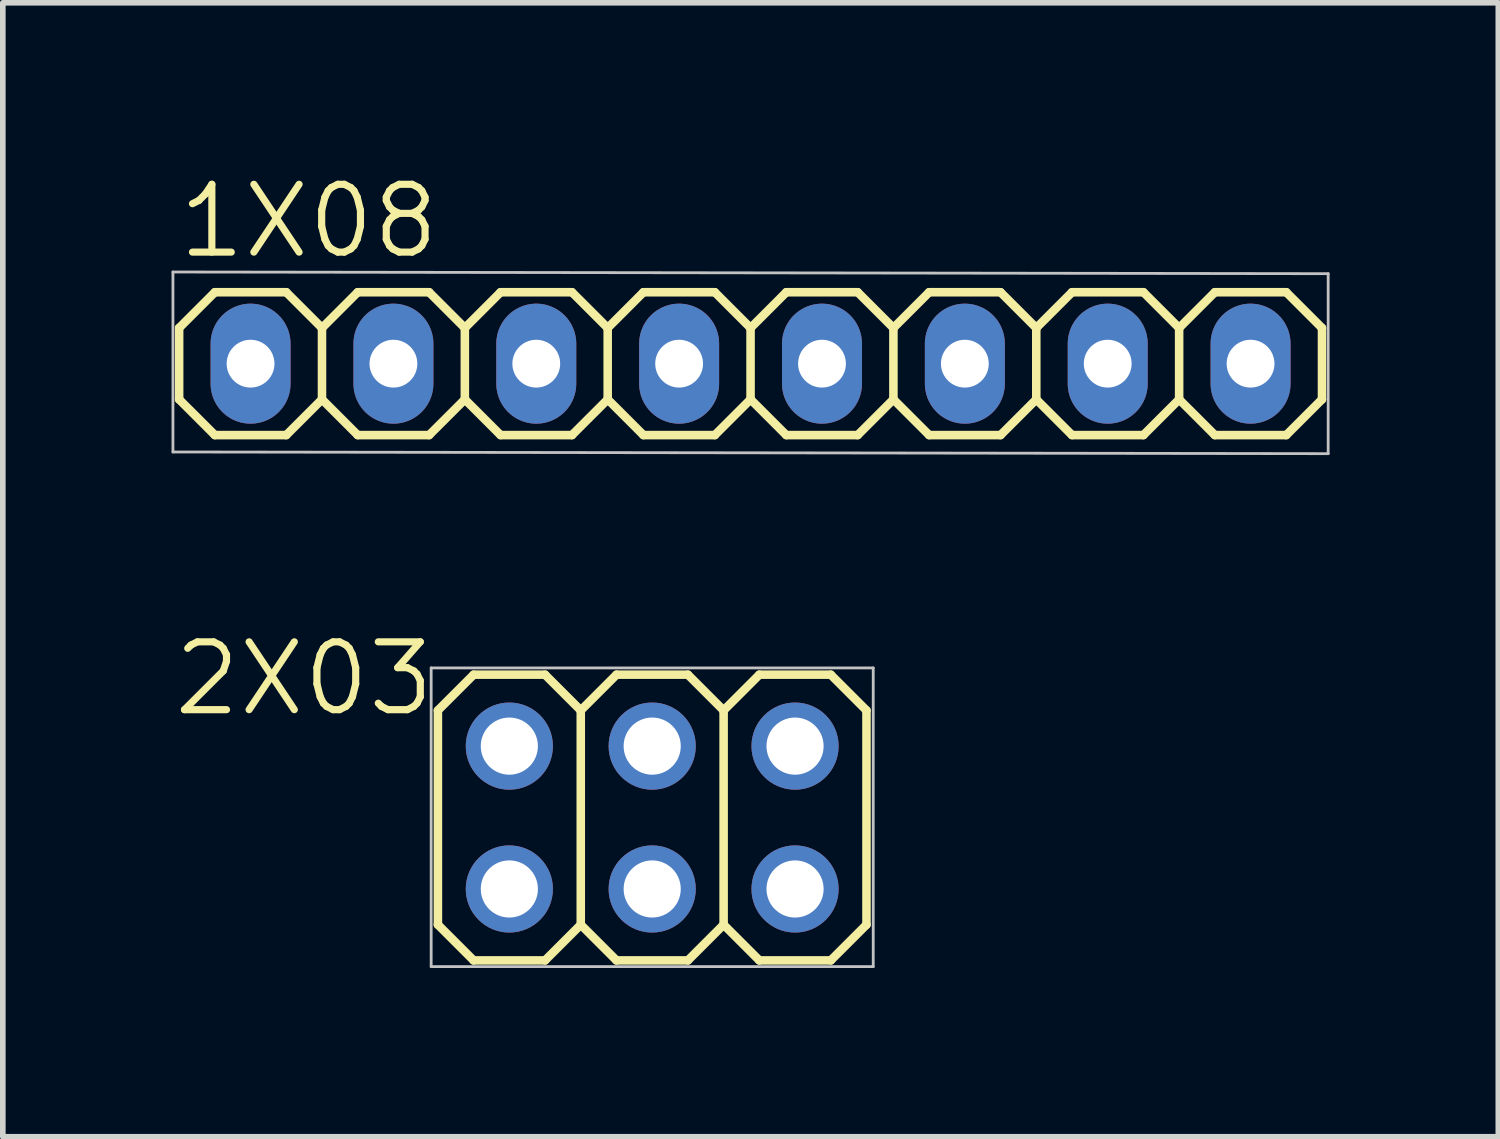
<source format=kicad_pcb>
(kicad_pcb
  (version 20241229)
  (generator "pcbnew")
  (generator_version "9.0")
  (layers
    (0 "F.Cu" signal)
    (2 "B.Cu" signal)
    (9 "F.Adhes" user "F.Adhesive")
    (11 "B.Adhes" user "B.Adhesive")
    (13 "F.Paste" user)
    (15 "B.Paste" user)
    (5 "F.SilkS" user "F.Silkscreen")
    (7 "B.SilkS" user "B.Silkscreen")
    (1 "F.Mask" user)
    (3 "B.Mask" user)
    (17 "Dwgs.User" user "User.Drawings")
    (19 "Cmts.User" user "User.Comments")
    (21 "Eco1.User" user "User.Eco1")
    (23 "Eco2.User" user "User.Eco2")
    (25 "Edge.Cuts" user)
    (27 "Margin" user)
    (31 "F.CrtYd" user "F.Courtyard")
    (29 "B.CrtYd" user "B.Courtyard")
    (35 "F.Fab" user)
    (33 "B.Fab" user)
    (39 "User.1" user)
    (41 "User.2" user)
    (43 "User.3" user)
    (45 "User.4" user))
  (footprint "2X03"
    (layer "F.Cu")
    (at 8.546 11.486)
    (property "Reference" "2X03" (at -3.81 -3.175 0) (layer "F.SilkS") (effects (font (size 1.206 1.206) (thickness 0.127)) (justify right top)))
    (attr through_hole)
    (fp_line (start -3.81 -1.905) (end -3.175 -2.54) (stroke (width 0.152) (type solid)) (layer "F.SilkS"))
    (fp_line (start -3.81 1.905) (end -3.81 -1.905) (stroke (width 0.152) (type solid)) (layer "F.SilkS"))
    (fp_line (start -3.81 1.905) (end -3.175 2.54) (stroke (width 0.152) (type solid)) (layer "F.SilkS"))
    (fp_line (start -3.175 -2.54) (end -1.905 -2.54) (stroke (width 0.152) (type solid)) (layer "F.SilkS"))
    (fp_line (start -3.175 2.54) (end -1.905 2.54) (stroke (width 0.152) (type solid)) (layer "F.SilkS"))
    (fp_line (start -1.905 -2.54) (end -1.27 -1.905) (stroke (width 0.152) (type solid)) (layer "F.SilkS"))
    (fp_line (start -1.905 2.54) (end -1.27 1.905) (stroke (width 0.152) (type solid)) (layer "F.SilkS"))
    (fp_line (start -1.27 -1.905) (end -1.27 1.905) (stroke (width 0.152) (type solid)) (layer "F.SilkS"))
    (fp_line (start -1.27 -1.905) (end -0.635 -2.54) (stroke (width 0.152) (type solid)) (layer "F.SilkS"))
    (fp_line (start -1.27 1.905) (end -0.635 2.54) (stroke (width 0.152) (type solid)) (layer "F.SilkS"))
    (fp_line (start -0.635 -2.54) (end 0.635 -2.54) (stroke (width 0.152) (type solid)) (layer "F.SilkS"))
    (fp_line (start -0.635 2.54) (end 0.635 2.54) (stroke (width 0.152) (type solid)) (layer "F.SilkS"))
    (fp_line (start 0.635 -2.54) (end 1.27 -1.905) (stroke (width 0.152) (type solid)) (layer "F.SilkS"))
    (fp_line (start 0.635 2.54) (end 1.27 1.905) (stroke (width 0.152) (type solid)) (layer "F.SilkS"))
    (fp_line (start 1.27 -1.905) (end 1.27 1.905) (stroke (width 0.152) (type solid)) (layer "F.SilkS"))
    (fp_line (start 1.27 -1.905) (end 1.905 -2.54) (stroke (width 0.152) (type solid)) (layer "F.SilkS"))
    (fp_line (start 1.27 1.905) (end 1.905 2.54) (stroke (width 0.152) (type solid)) (layer "F.SilkS"))
    (fp_line (start 1.905 -2.54) (end 3.175 -2.54) (stroke (width 0.152) (type solid)) (layer "F.SilkS"))
    (fp_line (start 1.905 2.54) (end 3.175 2.54) (stroke (width 0.152) (type solid)) (layer "F.SilkS"))
    (fp_line (start 3.175 -2.54) (end 3.81 -1.905) (stroke (width 0.152) (type solid)) (layer "F.SilkS"))
    (fp_line (start 3.175 2.54) (end 3.81 1.905) (stroke (width 0.152) (type solid)) (layer "F.SilkS"))
    (fp_line (start 3.81 -1.905) (end 3.81 1.905) (stroke (width 0.152) (type solid)) (layer "F.SilkS"))
    (fp_line (start -3.93 -2.66) (end 3.93 -2.66) (stroke (width 0.05) (type solid)) (layer "Dwgs.User"))
    (fp_line (start -3.93 2.65) (end -3.93 -2.66) (stroke (width 0.05) (type solid)) (layer "Dwgs.User"))
    (fp_line (start 3.93 -2.66) (end 3.93 2.65) (stroke (width 0.05) (type solid)) (layer "Dwgs.User"))
    (fp_line (start 3.93 2.65) (end -3.93 2.65) (stroke (width 0.05) (type solid)) (layer "Dwgs.User"))
    (fp_poly (pts (xy -2.794 -1.016) (xy -2.286 -1.016) (xy -2.286 -1.524) (xy -2.794 -1.524)) (stroke (width 0.1) (type solid)) (fill no) (layer "F.Fab"))
    (fp_poly (pts (xy -2.794 1.524) (xy -2.286 1.524) (xy -2.286 1.016) (xy -2.794 1.016)) (stroke (width 0.1) (type solid)) (fill no) (layer "F.Fab"))
    (fp_poly (pts (xy -0.254 -1.016) (xy 0.254 -1.016) (xy 0.254 -1.524) (xy -0.254 -1.524)) (stroke (width 0.1) (type solid)) (fill no) (layer "F.Fab"))
    (fp_poly (pts (xy -0.254 1.524) (xy 0.254 1.524) (xy 0.254 1.016) (xy -0.254 1.016)) (stroke (width 0.1) (type solid)) (fill no) (layer "F.Fab"))
    (fp_poly (pts (xy 2.286 -1.016) (xy 2.794 -1.016) (xy 2.794 -1.524) (xy 2.286 -1.524)) (stroke (width 0.1) (type solid)) (fill no) (layer "F.Fab"))
    (fp_poly (pts (xy 2.286 1.524) (xy 2.794 1.524) (xy 2.794 1.016) (xy 2.286 1.016)) (stroke (width 0.1) (type solid)) (fill no) (layer "F.Fab"))
    (pad "1" thru_hole circle (at -2.54 1.27) (size 1.55 1.55) (drill 1.016) (layers "*.Cu" "*.Mask"))
    (pad "2" thru_hole circle (at -2.54 -1.27) (size 1.55 1.55) (drill 1.016) (layers "*.Cu" "*.Mask"))
    (pad "3" thru_hole circle (at 0 1.27) (size 1.55 1.55) (drill 1.016) (layers "*.Cu" "*.Mask"))
    (pad "4" thru_hole circle (at 0 -1.27) (size 1.55 1.55) (drill 1.016) (layers "*.Cu" "*.Mask"))
    (pad "5" thru_hole circle (at 2.54 1.27) (size 1.55 1.55) (drill 1.016) (layers "*.Cu" "*.Mask"))
    (pad "6" thru_hole circle (at 2.54 -1.27) (size 1.55 1.55) (drill 1.016) (layers "*.Cu" "*.Mask")))
  (footprint "1X08"
    (layer "F.Cu")
    (at 10.295 3.416)
    (property "Reference" "1X08" (at -10.236 -1.829 0) (layer "F.SilkS") (effects (font (size 1.206 1.206) (thickness 0.127)) (justify left bottom)))
    (attr through_hole)
    (fp_line (start -10.16 -0.635) (end -10.16 0.635) (stroke (width 0.152) (type solid)) (layer "F.SilkS"))
    (fp_line (start -10.16 0.635) (end -9.525 1.27) (stroke (width 0.152) (type solid)) (layer "F.SilkS"))
    (fp_line (start -9.525 -1.27) (end -10.16 -0.635) (stroke (width 0.152) (type solid)) (layer "F.SilkS"))
    (fp_line (start -9.525 -1.27) (end -8.255 -1.27) (stroke (width 0.152) (type solid)) (layer "F.SilkS"))
    (fp_line (start -8.255 -1.27) (end -7.62 -0.635) (stroke (width 0.152) (type solid)) (layer "F.SilkS"))
    (fp_line (start -8.255 1.27) (end -9.525 1.27) (stroke (width 0.152) (type solid)) (layer "F.SilkS"))
    (fp_line (start -7.62 -0.635) (end -7.62 0.635) (stroke (width 0.152) (type solid)) (layer "F.SilkS"))
    (fp_line (start -7.62 -0.635) (end -6.985 -1.27) (stroke (width 0.152) (type solid)) (layer "F.SilkS"))
    (fp_line (start -7.62 0.635) (end -8.255 1.27) (stroke (width 0.152) (type solid)) (layer "F.SilkS"))
    (fp_line (start -6.985 -1.27) (end -5.715 -1.27) (stroke (width 0.152) (type solid)) (layer "F.SilkS"))
    (fp_line (start -6.985 1.27) (end -7.62 0.635) (stroke (width 0.152) (type solid)) (layer "F.SilkS"))
    (fp_line (start -5.715 -1.27) (end -5.08 -0.635) (stroke (width 0.152) (type solid)) (layer "F.SilkS"))
    (fp_line (start -5.715 1.27) (end -6.985 1.27) (stroke (width 0.152) (type solid)) (layer "F.SilkS"))
    (fp_line (start -5.08 -0.635) (end -5.08 0.635) (stroke (width 0.152) (type solid)) (layer "F.SilkS"))
    (fp_line (start -5.08 -0.635) (end -4.445 -1.27) (stroke (width 0.152) (type solid)) (layer "F.SilkS"))
    (fp_line (start -5.08 0.635) (end -5.715 1.27) (stroke (width 0.152) (type solid)) (layer "F.SilkS"))
    (fp_line (start -4.445 -1.27) (end -3.175 -1.27) (stroke (width 0.152) (type solid)) (layer "F.SilkS"))
    (fp_line (start -4.445 1.27) (end -5.08 0.635) (stroke (width 0.152) (type solid)) (layer "F.SilkS"))
    (fp_line (start -3.175 -1.27) (end -2.54 -0.635) (stroke (width 0.152) (type solid)) (layer "F.SilkS"))
    (fp_line (start -3.175 1.27) (end -4.445 1.27) (stroke (width 0.152) (type solid)) (layer "F.SilkS"))
    (fp_line (start -2.54 -0.635) (end -2.54 0.635) (stroke (width 0.152) (type solid)) (layer "F.SilkS"))
    (fp_line (start -2.54 0.635) (end -3.175 1.27) (stroke (width 0.152) (type solid)) (layer "F.SilkS"))
    (fp_line (start -2.54 0.635) (end -1.905 1.27) (stroke (width 0.152) (type solid)) (layer "F.SilkS"))
    (fp_line (start -1.905 -1.27) (end -2.54 -0.635) (stroke (width 0.152) (type solid)) (layer "F.SilkS"))
    (fp_line (start -1.905 -1.27) (end -0.635 -1.27) (stroke (width 0.152) (type solid)) (layer "F.SilkS"))
    (fp_line (start -0.635 -1.27) (end 0 -0.635) (stroke (width 0.152) (type solid)) (layer "F.SilkS"))
    (fp_line (start -0.635 1.27) (end -1.905 1.27) (stroke (width 0.152) (type solid)) (layer "F.SilkS"))
    (fp_line (start 0 -0.635) (end 0 0.635) (stroke (width 0.152) (type solid)) (layer "F.SilkS"))
    (fp_line (start 0 -0.635) (end 0.635 -1.27) (stroke (width 0.152) (type solid)) (layer "F.SilkS"))
    (fp_line (start 0 0.635) (end -0.635 1.27) (stroke (width 0.152) (type solid)) (layer "F.SilkS"))
    (fp_line (start 0.635 -1.27) (end 1.905 -1.27) (stroke (width 0.152) (type solid)) (layer "F.SilkS"))
    (fp_line (start 0.635 1.27) (end 0 0.635) (stroke (width 0.152) (type solid)) (layer "F.SilkS"))
    (fp_line (start 1.905 -1.27) (end 2.54 -0.635) (stroke (width 0.152) (type solid)) (layer "F.SilkS"))
    (fp_line (start 1.905 1.27) (end 0.635 1.27) (stroke (width 0.152) (type solid)) (layer "F.SilkS"))
    (fp_line (start 2.54 -0.635) (end 2.54 0.635) (stroke (width 0.152) (type solid)) (layer "F.SilkS"))
    (fp_line (start 2.54 -0.635) (end 3.175 -1.27) (stroke (width 0.152) (type solid)) (layer "F.SilkS"))
    (fp_line (start 2.54 0.635) (end 1.905 1.27) (stroke (width 0.152) (type solid)) (layer "F.SilkS"))
    (fp_line (start 3.175 -1.27) (end 4.445 -1.27) (stroke (width 0.152) (type solid)) (layer "F.SilkS"))
    (fp_line (start 3.175 1.27) (end 2.54 0.635) (stroke (width 0.152) (type solid)) (layer "F.SilkS"))
    (fp_line (start 4.445 -1.27) (end 5.08 -0.635) (stroke (width 0.152) (type solid)) (layer "F.SilkS"))
    (fp_line (start 4.445 1.27) (end 3.175 1.27) (stroke (width 0.152) (type solid)) (layer "F.SilkS"))
    (fp_line (start 5.08 -0.635) (end 5.08 0.635) (stroke (width 0.152) (type solid)) (layer "F.SilkS"))
    (fp_line (start 5.08 0.635) (end 4.445 1.27) (stroke (width 0.152) (type solid)) (layer "F.SilkS"))
    (fp_line (start 5.08 0.635) (end 5.715 1.27) (stroke (width 0.152) (type solid)) (layer "F.SilkS"))
    (fp_line (start 5.715 -1.27) (end 5.08 -0.635) (stroke (width 0.152) (type solid)) (layer "F.SilkS"))
    (fp_line (start 5.715 -1.27) (end 6.985 -1.27) (stroke (width 0.152) (type solid)) (layer "F.SilkS"))
    (fp_line (start 6.985 -1.27) (end 7.62 -0.635) (stroke (width 0.152) (type solid)) (layer "F.SilkS"))
    (fp_line (start 6.985 1.27) (end 5.715 1.27) (stroke (width 0.152) (type solid)) (layer "F.SilkS"))
    (fp_line (start 7.62 -0.635) (end 7.62 0.635) (stroke (width 0.152) (type solid)) (layer "F.SilkS"))
    (fp_line (start 7.62 0.635) (end 6.985 1.27) (stroke (width 0.152) (type solid)) (layer "F.SilkS"))
    (fp_line (start 7.62 0.635) (end 8.255 1.27) (stroke (width 0.152) (type solid)) (layer "F.SilkS"))
    (fp_line (start 8.255 -1.27) (end 7.62 -0.635) (stroke (width 0.152) (type solid)) (layer "F.SilkS"))
    (fp_line (start 8.255 -1.27) (end 9.525 -1.27) (stroke (width 0.152) (type solid)) (layer "F.SilkS"))
    (fp_line (start 9.525 -1.27) (end 10.16 -0.635) (stroke (width 0.152) (type solid)) (layer "F.SilkS"))
    (fp_line (start 9.525 1.27) (end 8.255 1.27) (stroke (width 0.152) (type solid)) (layer "F.SilkS"))
    (fp_line (start 10.16 -0.635) (end 10.16 0.635) (stroke (width 0.152) (type solid)) (layer "F.SilkS"))
    (fp_line (start 10.16 0.635) (end 9.525 1.27) (stroke (width 0.152) (type solid)) (layer "F.SilkS"))
    (fp_line (start -10.27 -1.63) (end 10.27 -1.6) (stroke (width 0.05) (type solid)) (layer "Dwgs.User"))
    (fp_line (start -10.27 1.57) (end -10.27 -1.63) (stroke (width 0.05) (type solid)) (layer "Dwgs.User"))
    (fp_line (start 10.27 -1.6) (end 10.27 1.6) (stroke (width 0.05) (type solid)) (layer "Dwgs.User"))
    (fp_line (start 10.27 1.6) (end -10.27 1.57) (stroke (width 0.05) (type solid)) (layer "Dwgs.User"))
    (fp_poly (pts (xy -9.144 0.254) (xy -8.636 0.254) (xy -8.636 -0.254) (xy -9.144 -0.254)) (stroke (width 0.1) (type solid)) (fill no) (layer "F.Fab"))
    (fp_poly (pts (xy -6.604 0.254) (xy -6.096 0.254) (xy -6.096 -0.254) (xy -6.604 -0.254)) (stroke (width 0.1) (type solid)) (fill no) (layer "F.Fab"))
    (fp_poly (pts (xy -4.064 0.254) (xy -3.556 0.254) (xy -3.556 -0.254) (xy -4.064 -0.254)) (stroke (width 0.1) (type solid)) (fill no) (layer "F.Fab"))
    (fp_poly (pts (xy -1.524 0.254) (xy -1.016 0.254) (xy -1.016 -0.254) (xy -1.524 -0.254)) (stroke (width 0.1) (type solid)) (fill no) (layer "F.Fab"))
    (fp_poly (pts (xy 1.016 0.254) (xy 1.524 0.254) (xy 1.524 -0.254) (xy 1.016 -0.254)) (stroke (width 0.1) (type solid)) (fill no) (layer "F.Fab"))
    (fp_poly (pts (xy 3.556 0.254) (xy 4.064 0.254) (xy 4.064 -0.254) (xy 3.556 -0.254)) (stroke (width 0.1) (type solid)) (fill no) (layer "F.Fab"))
    (fp_poly (pts (xy 6.096 0.254) (xy 6.604 0.254) (xy 6.604 -0.254) (xy 6.096 -0.254)) (stroke (width 0.1) (type solid)) (fill no) (layer "F.Fab"))
    (fp_poly (pts (xy 8.636 0.254) (xy 9.144 0.254) (xy 9.144 -0.254) (xy 8.636 -0.254)) (stroke (width 0.1) (type solid)) (fill no) (layer "F.Fab"))
    (pad "1" thru_hole oval (at -8.89 0 90) (size 2.134 1.422) (drill 0.85) (layers "*.Cu" "*.Mask"))
    (pad "2" thru_hole oval (at -6.35 0 90) (size 2.134 1.422) (drill 0.85) (layers "*.Cu" "*.Mask"))
    (pad "3" thru_hole oval (at -3.81 0 90) (size 2.134 1.422) (drill 0.85) (layers "*.Cu" "*.Mask"))
    (pad "4" thru_hole oval (at -1.27 0 90) (size 2.134 1.422) (drill 0.85) (layers "*.Cu" "*.Mask"))
    (pad "5" thru_hole oval (at 1.27 0 90) (size 2.134 1.422) (drill 0.85) (layers "*.Cu" "*.Mask"))
    (pad "6" thru_hole oval (at 3.81 0 90) (size 2.134 1.422) (drill 0.85) (layers "*.Cu" "*.Mask"))
    (pad "7" thru_hole oval (at 6.35 0 90) (size 2.134 1.422) (drill 0.85) (layers "*.Cu" "*.Mask"))
    (pad "8" thru_hole oval (at 8.89 0 90) (size 2.134 1.422) (drill 0.85) (layers "*.Cu" "*.Mask")))
  (gr_rect
    (start -3 -3)
    (end 23.59 17.161)
    (stroke (width 0.1) (type default))
    (fill no)
    (layer "Edge.Cuts")))
</source>
